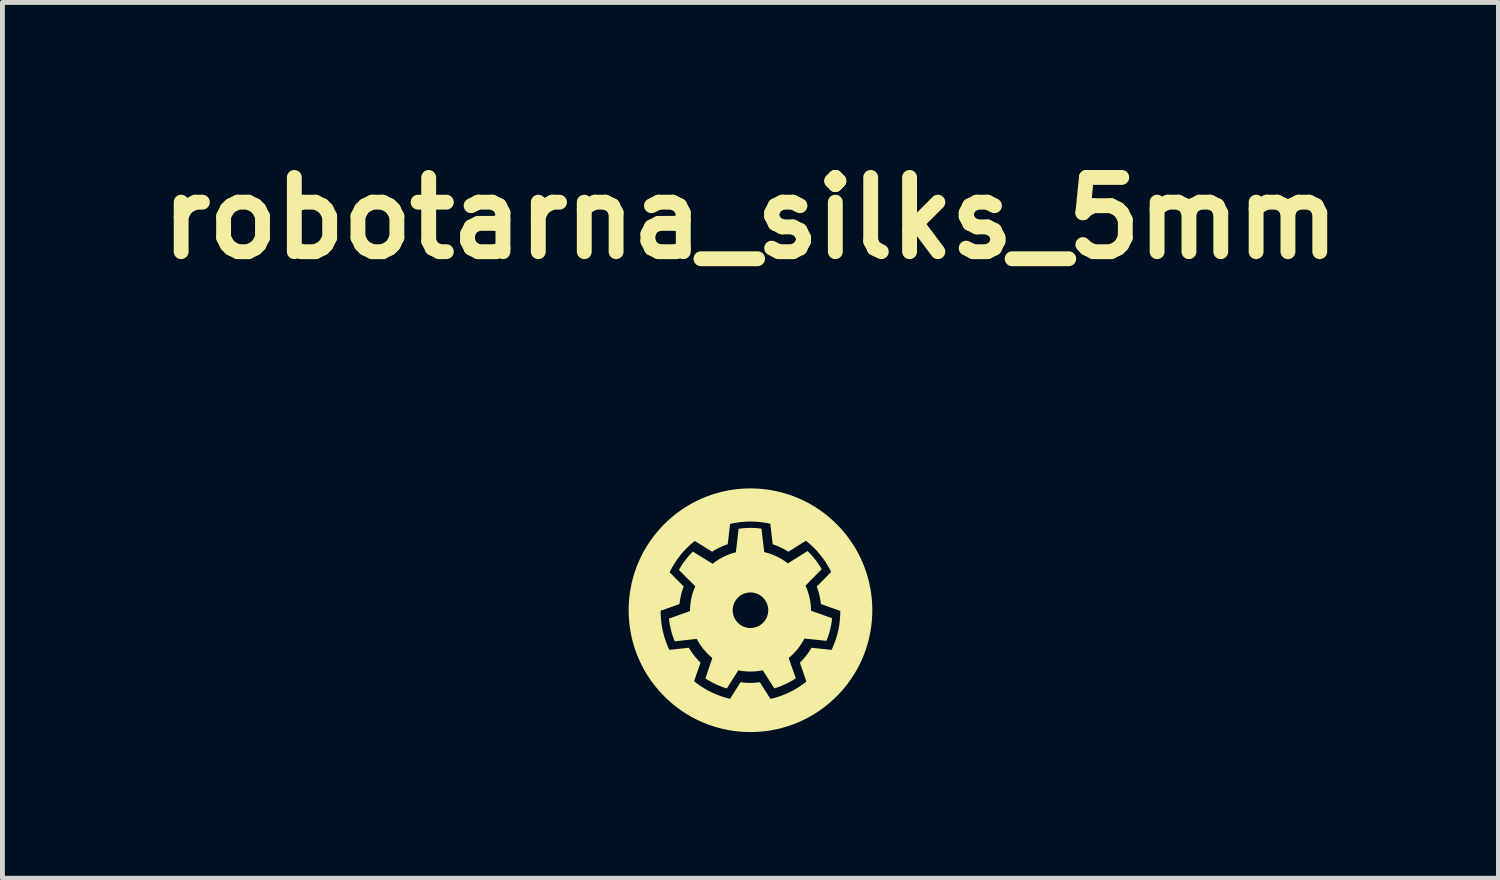
<source format=kicad_pcb>
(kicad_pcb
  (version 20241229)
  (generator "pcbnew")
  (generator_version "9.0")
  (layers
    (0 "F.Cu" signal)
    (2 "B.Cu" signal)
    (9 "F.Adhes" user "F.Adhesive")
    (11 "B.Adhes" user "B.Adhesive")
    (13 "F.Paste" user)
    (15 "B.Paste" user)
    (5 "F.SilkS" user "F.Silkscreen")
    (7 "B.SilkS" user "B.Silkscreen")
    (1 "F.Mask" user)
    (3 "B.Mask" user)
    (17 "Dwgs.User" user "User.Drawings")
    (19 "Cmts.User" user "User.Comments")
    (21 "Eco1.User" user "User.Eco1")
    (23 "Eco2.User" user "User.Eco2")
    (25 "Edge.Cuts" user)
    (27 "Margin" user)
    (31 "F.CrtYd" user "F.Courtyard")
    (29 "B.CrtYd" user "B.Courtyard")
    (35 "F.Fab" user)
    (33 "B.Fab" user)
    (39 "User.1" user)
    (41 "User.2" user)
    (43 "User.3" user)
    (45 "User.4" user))
  (footprint "robotarna_silks_5mm"
    (layer "F.Cu")
    (at 12.352 9.474)
    (property "Reference" "robotarna_silks_5mm" (at 0 -8.048 0) (layer "F.SilkS") (effects (font (size 1.524 1.524) (thickness 0.305))))
    (attr smd)
    (fp_poly (pts (xy -0.000004 0.365) (xy -1.653 0.307) (xy -1.648 0.333) (xy -1.642 0.36) (xy -1.636 0.386) (xy -1.63 0.412) (xy -1.623 0.438) (xy -1.616 0.463) (xy -1.608 0.489) (xy -1.6 0.514) (xy -1.592 0.539) (xy -1.583 0.564) (xy -1.574 0.589) (xy -1.564 0.614) (xy -1.554 0.638) (xy -1.102 0.588) (xy -1.089 0.612) (xy -1.076 0.635) (xy -1.063 0.658) (xy -1.048 0.681) (xy -1.034 0.704) (xy -1.019 0.726) (xy -1.003 0.748) (xy -0.987 0.769) (xy -0.971 0.79) (xy -0.954 0.811) (xy -0.936 0.831) (xy -0.918 0.851) (xy -0.9 0.871) (xy -0.882 0.89) (xy -0.863 0.909) (xy -0.843 0.927) (xy -0.823 0.945) (xy -0.803 0.963) (xy -0.783 0.98) (xy -0.925 1.399) (xy -0.903 1.413) (xy -0.88 1.428) (xy -0.857 1.441) (xy -0.834 1.455) (xy -0.81 1.468) (xy -0.786 1.481) (xy -0.762 1.494) (xy -0.738 1.506) (xy -0.714 1.517) (xy -0.689 1.529) (xy -0.664 1.54) (xy -0.639 1.55) (xy -0.614 1.56) (xy -0.588 1.57) (xy -0.563 1.579) (xy -0.537 1.588) (xy -0.511 1.597) (xy -0.485 1.605) (xy -0.25 1.233) (xy -0.223 1.238) (xy -0.196 1.243) (xy -0.169 1.247) (xy -0.141 1.25) (xy -0.114 1.253) (xy -0.086 1.255) (xy -0.058 1.257) (xy -0.029 1.258) (xy -0.001 1.258) (xy 0.025 1.258) (xy 0.051 1.257) (xy 0.077 1.256) (xy 0.102 1.254) (xy 0.128 1.252) (xy 0.153 1.249) (xy 0.178 1.246) (xy 0.203 1.242) (xy 0.228 1.237) (xy 0.253 1.233) (xy 0.49 1.604) (xy 0.517 1.596) (xy 0.543 1.587) (xy 0.568 1.578) (xy 0.594 1.569) (xy 0.619 1.559) (xy 0.645 1.549) (xy 0.669 1.538) (xy 0.694 1.527) (xy 0.719 1.516) (xy 0.743 1.504) (xy 0.767 1.492) (xy 0.791 1.479) (xy 0.815 1.466) (xy 0.838 1.453) (xy 0.862 1.44) (xy 0.885 1.426) (xy 0.907 1.411) (xy 0.93 1.397) (xy 0.784 0.98) (xy 0.805 0.962) (xy 0.826 0.945) (xy 0.846 0.926) (xy 0.865 0.908) (xy 0.885 0.889) (xy 0.904 0.869) (xy 0.922 0.849) (xy 0.94 0.829) (xy 0.958 0.808) (xy 0.975 0.787) (xy 0.991 0.765) (xy 1.007 0.744) (xy 1.023 0.721) (xy 1.038 0.699) (xy 1.053 0.676) (xy 1.067 0.653) (xy 1.081 0.629) (xy 1.094 0.605) (xy 1.107 0.581) (xy 1.56 0.628) (xy 1.569 0.604) (xy 1.579 0.579) (xy 1.588 0.554) (xy 1.596 0.53) (xy 1.605 0.504) (xy 1.612 0.479) (xy 1.62 0.454) (xy 1.627 0.428) (xy 1.634 0.402) (xy 1.64 0.376) (xy 1.646 0.35) (xy 1.651 0.324) (xy 1.656 0.297) (xy 1.661 0.271) (xy 1.665 0.244) (xy 1.669 0.217) (xy 1.672 0.19) (xy 1.675 0.163) (xy 1.243 0.011) (xy 1.242 -0.018) (xy 1.241 -0.046) (xy 1.239 -0.075) (xy 1.237 -0.103) (xy 1.234 -0.132) (xy 1.23 -0.16) (xy 1.226 -0.188) (xy 1.221 -0.215) (xy 1.216 -0.243) (xy 1.209 -0.27) (xy 1.203 -0.297) (xy 1.195 -0.324) (xy 1.188 -0.35) (xy 1.179 -0.377) (xy 1.17 -0.403) (xy 1.161 -0.429) (xy 1.151 -0.454) (xy 1.14 -0.479) (xy 1.129 -0.504) (xy 1.462 -0.843) (xy 1.448 -0.867) (xy 1.433 -0.891) (xy 1.418 -0.914) (xy 1.403 -0.938) (xy 1.387 -0.961) (xy 1.371 -0.983) (xy 1.355 -1.006) (xy 1.338 -1.028) (xy 1.321 -1.05) (xy 1.304 -1.072) (xy 1.286 -1.093) (xy 1.268 -1.114) (xy 1.249 -1.135) (xy 1.231 -1.155) (xy 1.211 -1.176) (xy 1.192 -1.195) (xy 1.172 -1.215) (xy 0.767 -0.961) (xy 0.746 -0.977) (xy 0.725 -0.993) (xy 0.703 -1.009) (xy 0.68 -1.024) (xy 0.658 -1.038) (xy 0.635 -1.052) (xy 0.612 -1.065) (xy 0.588 -1.078) (xy 0.564 -1.091) (xy 0.54 -1.103) (xy 0.516 -1.114) (xy 0.491 -1.125) (xy 0.466 -1.136) (xy 0.44 -1.146) (xy 0.415 -1.155) (xy 0.389 -1.164) (xy 0.363 -1.172) (xy 0.337 -1.18) (xy 0.31 -1.187) (xy 0.283 -1.194) (xy 0.225 -1.675) (xy 0.198 -1.678) (xy 0.17 -1.681) (xy 0.143 -1.684) (xy 0.115 -1.686) (xy 0.087 -1.688) (xy 0.059 -1.689) (xy 0.031 -1.69) (xy 0.003 -1.69) (xy -0.025 -1.69) (xy -0.053 -1.689) (xy -0.08 -1.688) (xy -0.108 -1.686) (xy -0.135 -1.684) (xy -0.163 -1.682) (xy -0.19 -1.679) (xy -0.217 -1.676) (xy -0.244 -1.672) (xy -0.299 -1.189) (xy -0.325 -1.183) (xy -0.351 -1.175) (xy -0.377 -1.167) (xy -0.403 -1.159) (xy -0.429 -1.15) (xy -0.454 -1.14) (xy -0.479 -1.13) (xy -0.504 -1.119) (xy -0.528 -1.108) (xy -0.552 -1.096) (xy -0.576 -1.084) (xy -0.6 -1.071) (xy -0.623 -1.058) (xy -0.646 -1.045) (xy -0.668 -1.03) (xy -0.691 -1.016) (xy -0.712 -1.001) (xy -0.734 -0.985) (xy -0.755 -0.969) (xy -0.776 -0.953) (xy -1.183 -1.204) (xy -1.202 -1.184) (xy -1.221 -1.164) (xy -1.24 -1.143) (xy -1.259 -1.123) (xy -1.277 -1.102) (xy -1.295 -1.08) (xy -1.313 -1.059) (xy -1.33 -1.037) (xy -1.347 -1.015) (xy -1.364 -0.992) (xy -1.38 -0.969) (xy -1.396 -0.946) (xy -1.411 -0.923) (xy -1.426 -0.899) (xy -1.441 -0.875) (xy -1.455 -0.851) (xy -1.469 -0.827) (xy -1.133 -0.491) (xy -1.144 -0.466) (xy -1.154 -0.441) (xy -1.164 -0.416) (xy -1.173 -0.391) (xy -1.182 -0.366) (xy -1.19 -0.34) (xy -1.197 -0.314) (xy -1.204 -0.287) (xy -1.21 -0.261) (xy -1.216 -0.234) (xy -1.221 -0.207) (xy -1.226 -0.18) (xy -1.23 -0.153) (xy -1.233 -0.125) (xy -1.236 -0.098) (xy -1.238 -0.07) (xy -1.24 -0.042) (xy -1.241 -0.014) (xy -1.241 0.015) (xy -1.241 0.017) (xy -1.673 0.172) (xy -1.67 0.199) (xy -1.666 0.226) (xy -1.662 0.253) (xy -1.658 0.28) (xy -1.653 0.307) (xy -0.000004 0.365) (xy -0.026 0.364) (xy -0.052 0.361) (xy -0.077 0.357) (xy -0.101 0.35) (xy -0.125 0.343) (xy -0.148 0.334) (xy -0.17 0.323) (xy -0.191 0.311) (xy -0.211 0.297) (xy -0.231 0.282) (xy -0.249 0.266) (xy -0.266 0.249) (xy -0.282 0.231) (xy -0.297 0.211) (xy -0.311 0.191) (xy -0.323 0.17) (xy -0.334 0.148) (xy -0.343 0.125) (xy -0.35 0.101) (xy -0.357 0.077) (xy -0.361 0.052) (xy -0.364 0.026) (xy -0.365 0.000008) (xy -0.364 -0.026) (xy -0.361 -0.052) (xy -0.357 -0.077) (xy -0.35 -0.101) (xy -0.343 -0.125) (xy -0.334 -0.148) (xy -0.323 -0.17) (xy -0.311 -0.191) (xy -0.297 -0.211) (xy -0.282 -0.231) (xy -0.266 -0.249) (xy -0.249 -0.266) (xy -0.231 -0.282) (xy -0.211 -0.297) (xy -0.191 -0.311) (xy -0.17 -0.323) (xy -0.148 -0.334) (xy -0.125 -0.343) (xy -0.101 -0.35) (xy -0.077 -0.357) (xy -0.052 -0.361) (xy -0.026 -0.364) (xy -0.000004 -0.365) (xy 0.026 -0.364) (xy 0.052 -0.361) (xy 0.077 -0.357) (xy 0.101 -0.35) (xy 0.125 -0.343) (xy 0.148 -0.334) (xy 0.17 -0.323) (xy 0.191 -0.311) (xy 0.211 -0.297) (xy 0.231 -0.282) (xy 0.249 -0.266) (xy 0.266 -0.249) (xy 0.282 -0.231) (xy 0.297 -0.211) (xy 0.311 -0.191) (xy 0.323 -0.17) (xy 0.334 -0.148) (xy 0.343 -0.125) (xy 0.35 -0.101) (xy 0.357 -0.077) (xy 0.361 -0.052) (xy 0.364 -0.026) (xy 0.365 0.000008) (xy 0.364 0.026) (xy 0.361 0.052) (xy 0.357 0.077) (xy 0.35 0.101) (xy 0.343 0.125) (xy 0.334 0.148) (xy 0.323 0.17) (xy 0.311 0.191) (xy 0.297 0.211) (xy 0.282 0.231) (xy 0.266 0.249) (xy 0.249 0.266) (xy 0.231 0.282) (xy 0.211 0.297) (xy 0.191 0.311) (xy 0.17 0.323) (xy 0.148 0.334) (xy 0.125 0.343) (xy 0.101 0.35) (xy 0.077 0.357) (xy 0.052 0.361) (xy 0.026 0.364) (xy -0.000004 0.365)) (stroke (width 0) (type solid)) (fill yes) (layer "F.SilkS"))
    (fp_poly (pts (xy 1.665 0.814) (xy 0.369 2.473) (xy 0.395 2.469) (xy 0.421 2.465) (xy 0.447 2.46) (xy 0.472 2.455) (xy 0.497 2.45) (xy 0.523 2.445) (xy 0.548 2.44) (xy 0.573 2.434) (xy 0.598 2.428) (xy 0.623 2.422) (xy 0.648 2.415) (xy 0.673 2.408) (xy 0.697 2.401) (xy 0.722 2.394) (xy 0.746 2.387) (xy 0.771 2.379) (xy 0.795 2.371) (xy 0.819 2.363) (xy 0.843 2.354) (xy 0.867 2.346) (xy 0.891 2.337) (xy 0.914 2.327) (xy 0.938 2.318) (xy 0.961 2.308) (xy 0.985 2.299) (xy 1.008 2.288) (xy 1.031 2.278) (xy 1.054 2.268) (xy 1.077 2.257) (xy 1.099 2.246) (xy 1.122 2.235) (xy 1.144 2.223) (xy 1.167 2.212) (xy 1.189 2.2) (xy 1.211 2.188) (xy 1.233 2.175) (xy 1.255 2.163) (xy 1.276 2.15) (xy 1.298 2.137) (xy 1.319 2.124) (xy 1.34 2.111) (xy 1.361 2.097) (xy 1.382 2.083) (xy 1.403 2.07) (xy 1.424 2.055) (xy 1.444 2.041) (xy 1.464 2.026) (xy 1.485 2.012) (xy 1.505 1.997) (xy 1.524 1.982) (xy 1.544 1.966) (xy 1.564 1.951) (xy 1.583 1.935) (xy 1.602 1.919) (xy 1.621 1.903) (xy 1.64 1.887) (xy 1.659 1.87) (xy 1.677 1.854) (xy 1.696 1.837) (xy 1.714 1.82) (xy 1.732 1.803) (xy 1.75 1.785) (xy 1.768 1.768) (xy 1.785 1.75) (xy 1.803 1.732) (xy 1.82 1.714) (xy 1.837 1.696) (xy 1.854 1.677) (xy 1.87 1.659) (xy 1.887 1.64) (xy 1.903 1.621) (xy 1.919 1.602) (xy 1.935 1.583) (xy 1.951 1.564) (xy 1.966 1.544) (xy 1.982 1.524) (xy 1.997 1.505) (xy 2.012 1.485) (xy 2.026 1.464) (xy 2.041 1.444) (xy 2.055 1.424) (xy 2.07 1.403) (xy 2.083 1.382) (xy 2.097 1.361) (xy 2.111 1.34) (xy 2.124 1.319) (xy 2.137 1.298) (xy 2.15 1.276) (xy 2.163 1.255) (xy 2.175 1.233) (xy 2.188 1.211) (xy 2.2 1.189) (xy 2.212 1.167) (xy 2.223 1.144) (xy 2.235 1.122) (xy 2.246 1.099) (xy 2.257 1.077) (xy 2.268 1.054) (xy 2.278 1.031) (xy 2.288 1.008) (xy 2.299 0.985) (xy 2.308 0.961) (xy 2.318 0.938) (xy 2.327 0.914) (xy 2.337 0.891) (xy 2.346 0.867) (xy 2.354 0.843) (xy 2.363 0.819) (xy 2.371 0.795) (xy 2.379 0.771) (xy 2.387 0.746) (xy 2.394 0.722) (xy 2.401 0.697) (xy 2.408 0.673) (xy 2.415 0.648) (xy 2.422 0.623) (xy 2.428 0.598) (xy 2.434 0.573) (xy 2.44 0.548) (xy 2.445 0.523) (xy 2.45 0.497) (xy 2.455 0.472) (xy 2.46 0.447) (xy 2.465 0.421) (xy 2.469 0.395) (xy 2.473 0.369) (xy 2.477 0.344) (xy 2.48 0.318) (xy 2.483 0.292) (xy 2.486 0.265) (xy 2.489 0.239) (xy 2.491 0.213) (xy 2.493 0.187) (xy 2.495 0.16) (xy 2.496 0.134) (xy 2.498 0.107) (xy 2.499 0.08) (xy 2.499 0.054) (xy 2.5 0.027) (xy 2.5 0.000007) (xy 2.5 -0.027) (xy 2.499 -0.054) (xy 2.499 -0.08) (xy 2.498 -0.107) (xy 2.496 -0.134) (xy 2.495 -0.16) (xy 2.493 -0.187) (xy 2.491 -0.213) (xy 2.489 -0.239) (xy 2.486 -0.265) (xy 2.483 -0.292) (xy 2.48 -0.318) (xy 2.477 -0.344) (xy 2.473 -0.369) (xy 2.469 -0.395) (xy 2.465 -0.421) (xy 2.46 -0.447) (xy 2.455 -0.472) (xy 2.45 -0.497) (xy 2.445 -0.523) (xy 2.44 -0.548) (xy 2.434 -0.573) (xy 2.428 -0.598) (xy 2.422 -0.623) (xy 2.415 -0.648) (xy 2.408 -0.673) (xy 2.401 -0.697) (xy 2.394 -0.722) (xy 2.387 -0.746) (xy 2.379 -0.771) (xy 2.371 -0.795) (xy 2.363 -0.819) (xy 2.354 -0.843) (xy 2.346 -0.867) (xy 2.337 -0.891) (xy 2.327 -0.914) (xy 2.318 -0.938) (xy 2.308 -0.961) (xy 2.299 -0.985) (xy 2.288 -1.008) (xy 2.278 -1.031) (xy 2.268 -1.054) (xy 2.257 -1.077) (xy 2.246 -1.099) (xy 2.235 -1.122) (xy 2.223 -1.144) (xy 2.212 -1.167) (xy 2.2 -1.189) (xy 2.188 -1.211) (xy 2.175 -1.233) (xy 2.163 -1.255) (xy 2.15 -1.276) (xy 2.137 -1.298) (xy 2.124 -1.319) (xy 2.111 -1.34) (xy 2.097 -1.361) (xy 2.083 -1.382) (xy 2.07 -1.403) (xy 2.055 -1.424) (xy 2.041 -1.444) (xy 2.026 -1.464) (xy 2.012 -1.485) (xy 1.997 -1.505) (xy 1.982 -1.524) (xy 1.966 -1.544) (xy 1.951 -1.564) (xy 1.935 -1.583) (xy 1.919 -1.602) (xy 1.903 -1.621) (xy 1.887 -1.64) (xy 1.87 -1.659) (xy 1.854 -1.677) (xy 1.837 -1.696) (xy 1.82 -1.714) (xy 1.803 -1.732) (xy 1.785 -1.75) (xy 1.768 -1.768) (xy 1.75 -1.785) (xy 1.732 -1.803) (xy 1.714 -1.82) (xy 1.696 -1.837) (xy 1.677 -1.854) (xy 1.659 -1.87) (xy 1.64 -1.887) (xy 1.621 -1.903) (xy 1.602 -1.919) (xy 1.583 -1.935) (xy 1.564 -1.951) (xy 1.544 -1.966) (xy 1.524 -1.982) (xy 1.505 -1.997) (xy 1.485 -2.012) (xy 1.464 -2.026) (xy 1.444 -2.041) (xy 1.424 -2.055) (xy 1.403 -2.07) (xy 1.382 -2.083) (xy 1.361 -2.097) (xy 1.34 -2.111) (xy 1.319 -2.124) (xy 1.298 -2.137) (xy 1.276 -2.15) (xy 1.255 -2.163) (xy 1.233 -2.175) (xy 1.211 -2.188) (xy 1.189 -2.2) (xy 1.167 -2.212) (xy 1.144 -2.223) (xy 1.122 -2.235) (xy 1.099 -2.246) (xy 1.077 -2.257) (xy 1.054 -2.268) (xy 1.031 -2.278) (xy 1.008 -2.288) (xy 0.985 -2.299) (xy 0.961 -2.308) (xy 0.938 -2.318) (xy 0.914 -2.327) (xy 0.891 -2.337) (xy 0.867 -2.346) (xy 0.843 -2.354) (xy 0.819 -2.363) (xy 0.795 -2.371) (xy 0.771 -2.379) (xy 0.746 -2.387) (xy 0.722 -2.394) (xy 0.697 -2.401) (xy 0.673 -2.408) (xy 0.648 -2.415) (xy 0.623 -2.422) (xy 0.598 -2.428) (xy 0.573 -2.434) (xy 0.548 -2.44) (xy 0.523 -2.445) (xy 0.497 -2.45) (xy 0.472 -2.455) (xy 0.447 -2.46) (xy 0.421 -2.465) (xy 0.395 -2.469) (xy 0.369 -2.473) (xy 0.344 -2.477) (xy 0.318 -2.48) (xy 0.292 -2.483) (xy 0.265 -2.486) (xy 0.239 -2.489) (xy 0.213 -2.491) (xy 0.187 -2.493) (xy 0.16 -2.495) (xy 0.134 -2.496) (xy 0.107 -2.498) (xy 0.08 -2.499) (xy 0.054 -2.499) (xy 0.027 -2.5) (xy -0.000007 -2.5) (xy -0.027 -2.5) (xy -0.054 -2.499) (xy -0.08 -2.499) (xy -0.107 -2.498) (xy -0.134 -2.496) (xy -0.16 -2.495) (xy -0.187 -2.493) (xy -0.213 -2.491) (xy -0.239 -2.489) (xy -0.265 -2.486) (xy -0.292 -2.483) (xy -0.318 -2.48) (xy -0.344 -2.477) (xy -0.369 -2.473) (xy -0.395 -2.469) (xy -0.421 -2.465) (xy -0.447 -2.46) (xy -0.472 -2.455) (xy -0.497 -2.45) (xy -0.523 -2.445) (xy -0.548 -2.44) (xy -0.573 -2.434) (xy -0.598 -2.428) (xy -0.623 -2.422) (xy -0.648 -2.415) (xy -0.673 -2.408) (xy -0.697 -2.401) (xy -0.722 -2.394) (xy -0.746 -2.387) (xy -0.771 -2.379) (xy -0.795 -2.371) (xy -0.819 -2.363) (xy -0.843 -2.354) (xy -0.867 -2.346) (xy -0.891 -2.337) (xy -0.914 -2.327) (xy -0.938 -2.318) (xy -0.961 -2.308) (xy -0.985 -2.299) (xy -1.008 -2.288) (xy -1.031 -2.278) (xy -1.054 -2.268) (xy -1.077 -2.257) (xy -1.099 -2.246) (xy -1.122 -2.235) (xy -1.144 -2.223) (xy -1.167 -2.212) (xy -1.189 -2.2) (xy -1.211 -2.188) (xy -1.233 -2.175) (xy -1.255 -2.163) (xy -1.276 -2.15) (xy -1.298 -2.137) (xy -1.319 -2.124) (xy -1.34 -2.111) (xy -1.361 -2.097) (xy -1.382 -2.083) (xy -1.403 -2.07) (xy -1.424 -2.055) (xy -1.444 -2.041) (xy -1.464 -2.026) (xy -1.485 -2.012) (xy -1.505 -1.997) (xy -1.524 -1.982) (xy -1.544 -1.966) (xy -1.564 -1.951) (xy -1.583 -1.935) (xy -1.602 -1.919) (xy -1.621 -1.903) (xy -1.64 -1.887) (xy -1.659 -1.87) (xy -1.677 -1.854) (xy -1.696 -1.837) (xy -1.714 -1.82) (xy -1.732 -1.803) (xy -1.75 -1.785) (xy -1.768 -1.768) (xy -1.785 -1.75) (xy -1.803 -1.732) (xy -1.82 -1.714) (xy -1.837 -1.696) (xy -1.854 -1.677) (xy -1.87 -1.659) (xy -1.887 -1.64) (xy -1.903 -1.621) (xy -1.919 -1.602) (xy -1.935 -1.583) (xy -1.951 -1.564) (xy -1.966 -1.544) (xy -1.982 -1.524) (xy -1.997 -1.505) (xy -2.012 -1.485) (xy -2.026 -1.464) (xy -2.041 -1.444) (xy -2.055 -1.424) (xy -2.07 -1.403) (xy -2.083 -1.382) (xy -2.097 -1.361) (xy -2.111 -1.34) (xy -2.124 -1.319) (xy -2.137 -1.298) (xy -2.15 -1.276) (xy -2.163 -1.255) (xy -2.175 -1.233) (xy -2.188 -1.211) (xy -2.2 -1.189) (xy -2.212 -1.167) (xy -2.223 -1.144) (xy -2.235 -1.122) (xy -2.246 -1.099) (xy -2.257 -1.077) (xy -2.268 -1.054) (xy -2.278 -1.031) (xy -2.288 -1.008) (xy -2.299 -0.985) (xy -2.308 -0.961) (xy -2.318 -0.938) (xy -2.327 -0.914) (xy -2.337 -0.891) (xy -2.346 -0.867) (xy -2.354 -0.843) (xy -2.363 -0.819) (xy -2.371 -0.795) (xy -2.379 -0.771) (xy -2.387 -0.746) (xy -2.394 -0.722) (xy -2.401 -0.697) (xy -2.408 -0.673) (xy -2.415 -0.648) (xy -2.422 -0.623) (xy -2.428 -0.598) (xy -2.434 -0.573) (xy -2.44 -0.548) (xy -2.445 -0.523) (xy -2.45 -0.497) (xy -2.455 -0.472) (xy -2.46 -0.447) (xy -2.465 -0.421) (xy -2.469 -0.395) (xy -2.473 -0.369) (xy -2.477 -0.344) (xy -2.48 -0.318) (xy -2.483 -0.292) (xy -2.486 -0.265) (xy -2.489 -0.239) (xy -2.491 -0.213) (xy -2.493 -0.187) (xy -2.495 -0.16) (xy -2.496 -0.134) (xy -2.498 -0.107) (xy -2.499 -0.08) (xy -2.499 -0.054) (xy -2.5 -0.027) (xy -2.5 0.000007) (xy -2.5 0.027) (xy -2.499 0.054) (xy -2.499 0.08) (xy -2.498 0.107) (xy -2.496 0.134) (xy -2.495 0.16) (xy -2.493 0.187) (xy -2.491 0.213) (xy -2.489 0.239) (xy -2.486 0.265) (xy -2.483 0.292) (xy -2.48 0.318) (xy -2.477 0.344) (xy -2.473 0.369) (xy -2.469 0.395) (xy -2.465 0.421) (xy -2.46 0.447) (xy -2.455 0.472) (xy -2.45 0.497) (xy -2.445 0.523) (xy -2.44 0.548) (xy -2.434 0.573) (xy -2.428 0.598) (xy -2.422 0.623) (xy -2.415 0.648) (xy -2.408 0.673) (xy -2.401 0.697) (xy -2.394 0.722) (xy -2.387 0.746) (xy -2.379 0.771) (xy -2.371 0.795) (xy -2.363 0.819) (xy -2.354 0.843) (xy -2.346 0.867) (xy -2.337 0.891) (xy -2.327 0.914) (xy -2.318 0.938) (xy -2.308 0.961) (xy -2.299 0.985) (xy -2.288 1.008) (xy -2.278 1.031) (xy -2.268 1.054) (xy -2.257 1.077) (xy -2.246 1.099) (xy -2.235 1.122) (xy -2.223 1.144) (xy -2.212 1.167) (xy -2.2 1.189) (xy -2.188 1.211) (xy -2.175 1.233) (xy -2.163 1.255) (xy -2.15 1.276) (xy -2.137 1.298) (xy -2.124 1.319) (xy -2.111 1.34) (xy -2.097 1.361) (xy -2.083 1.382) (xy -2.07 1.403) (xy -2.055 1.424) (xy -2.041 1.444) (xy -2.026 1.464) (xy -2.012 1.485) (xy -1.997 1.505) (xy -1.982 1.524) (xy -1.966 1.544) (xy -1.951 1.564) (xy -1.935 1.583) (xy -1.919 1.602) (xy -1.903 1.621) (xy -1.887 1.64) (xy -1.87 1.659) (xy -1.854 1.677) (xy -1.837 1.696) (xy -1.82 1.714) (xy -1.803 1.732) (xy -1.785 1.75) (xy -1.768 1.768) (xy -1.75 1.785) (xy -1.732 1.803) (xy -1.714 1.82) (xy -1.696 1.837) (xy -1.677 1.854) (xy -1.659 1.87) (xy -1.64 1.887) (xy -1.621 1.903) (xy -1.602 1.919) (xy -1.583 1.935) (xy -1.564 1.951) (xy -1.544 1.966) (xy -1.524 1.982) (xy -1.505 1.997) (xy -1.485 2.012) (xy -1.464 2.026) (xy -1.444 2.041) (xy -1.424 2.055) (xy -1.403 2.07) (xy -1.382 2.083) (xy -1.361 2.097) (xy -1.34 2.111) (xy -1.319 2.124) (xy -1.298 2.137) (xy -1.276 2.15) (xy -1.255 2.163) (xy -1.233 2.175) (xy -1.211 2.188) (xy -1.189 2.2) (xy -1.167 2.212) (xy -1.144 2.223) (xy -1.122 2.235) (xy -1.099 2.246) (xy -1.077 2.257) (xy -1.054 2.268) (xy -1.031 2.278) (xy -1.008 2.288) (xy -0.985 2.299) (xy -0.961 2.308) (xy -0.938 2.318) (xy -0.914 2.327) (xy -0.891 2.337) (xy -0.867 2.346) (xy -0.843 2.354) (xy -0.819 2.363) (xy -0.795 2.371) (xy -0.771 2.379) (xy -0.746 2.387) (xy -0.722 2.394) (xy -0.697 2.401) (xy -0.673 2.408) (xy -0.648 2.415) (xy -0.623 2.422) (xy -0.598 2.428) (xy -0.573 2.434) (xy -0.548 2.44) (xy -0.523 2.445) (xy -0.497 2.45) (xy -0.472 2.455) (xy -0.447 2.46) (xy -0.421 2.465) (xy -0.395 2.469) (xy -0.369 2.473) (xy -0.344 2.477) (xy -0.318 2.48) (xy -0.292 2.483) (xy -0.265 2.486) (xy -0.239 2.489) (xy -0.213 2.491) (xy -0.187 2.493) (xy -0.16 2.495) (xy -0.134 2.496) (xy -0.107 2.498) (xy -0.08 2.499) (xy -0.054 2.499) (xy -0.027 2.5) (xy -0.000007 2.5) (xy 0.027 2.5) (xy 0.054 2.499) (xy 0.08 2.499) (xy 0.107 2.498) (xy 0.134 2.496) (xy 0.16 2.495) (xy 0.187 2.493) (xy 0.213 2.491) (xy 0.239 2.489) (xy 0.265 2.486) (xy 0.292 2.483) (xy 0.318 2.48) (xy 0.344 2.477) (xy 0.369 2.473) (xy 1.665 0.814) (xy 1.254 0.77) (xy 1.239 0.794) (xy 1.224 0.817) (xy 1.209 0.841) (xy 1.193 0.864) (xy 1.177 0.886) (xy 1.161 0.909) (xy 1.144 0.931) (xy 1.127 0.952) (xy 1.109 0.974) (xy 1.091 0.995) (xy 1.072 1.015) (xy 1.053 1.036) (xy 1.034 1.056) (xy 1.014 1.075) (xy 1.148 1.464) (xy 1.127 1.481) (xy 1.105 1.497) (xy 1.083 1.514) (xy 1.061 1.53) (xy 1.039 1.545) (xy 1.016 1.56) (xy 0.993 1.575) (xy 0.97 1.59) (xy 0.947 1.604) (xy 0.923 1.618) (xy 0.9 1.631) (xy 0.876 1.645) (xy 0.851 1.658) (xy 0.827 1.67) (xy 0.802 1.682) (xy 0.778 1.694) (xy 0.753 1.705) (xy 0.727 1.717) (xy 0.702 1.727) (xy 0.676 1.738) (xy 0.65 1.748) (xy 0.624 1.757) (xy 0.598 1.766) (xy 0.572 1.775) (xy 0.545 1.784) (xy 0.519 1.792) (xy 0.492 1.799) (xy 0.465 1.807) (xy 0.438 1.813) (xy 0.41 1.82) (xy 0.193 1.477) (xy 0.168 1.48) (xy 0.144 1.483) (xy 0.119 1.485) (xy 0.095 1.487) (xy 0.07 1.489) (xy 0.045 1.49) (xy 0.02 1.49) (xy -0.005 1.491) (xy -0.03 1.49) (xy -0.056 1.49) (xy -0.08 1.489) (xy -0.105 1.487) (xy -0.13 1.485) (xy -0.155 1.483) (xy -0.179 1.48) (xy -0.203 1.477) (xy -0.42 1.818) (xy -0.447 1.811) (xy -0.474 1.804) (xy -0.501 1.797) (xy -0.528 1.789) (xy -0.555 1.781) (xy -0.581 1.772) (xy -0.608 1.763) (xy -0.634 1.754) (xy -0.66 1.744) (xy -0.685 1.734) (xy -0.711 1.723) (xy -0.736 1.713) (xy -0.762 1.701) (xy -0.787 1.69) (xy -0.811 1.678) (xy -0.836 1.666) (xy -0.86 1.653) (xy -0.885 1.64) (xy -0.909 1.626) (xy -0.932 1.613) (xy -0.956 1.599) (xy -0.979 1.584) (xy -1.002 1.57) (xy -1.025 1.555) (xy -1.048 1.539) (xy -1.07 1.523) (xy -1.092 1.507) (xy -1.114 1.491) (xy -1.135 1.474) (xy -1.157 1.457) (xy -1.025 1.075) (xy -1.045 1.056) (xy -1.064 1.036) (xy -1.083 1.015) (xy -1.101 0.995) (xy -1.119 0.974) (xy -1.137 0.952) (xy -1.155 0.931) (xy -1.172 0.909) (xy -1.188 0.886) (xy -1.204 0.864) (xy -1.22 0.841) (xy -1.235 0.817) (xy -1.25 0.794) (xy -1.264 0.77) (xy -1.665 0.813) (xy -1.676 0.789) (xy -1.687 0.765) (xy -1.698 0.74) (xy -1.708 0.716) (xy -1.718 0.691) (xy -1.727 0.666) (xy -1.736 0.641) (xy -1.745 0.616) (xy -1.754 0.59) (xy -1.762 0.565) (xy -1.77 0.539) (xy -1.777 0.513) (xy -1.784 0.487) (xy -1.79 0.461) (xy -1.797 0.434) (xy -1.803 0.408) (xy -1.808 0.381) (xy -1.813 0.354) (xy -1.818 0.327) (xy -1.822 0.3) (xy -1.826 0.273) (xy -1.829 0.246) (xy -1.833 0.218) (xy -1.835 0.191) (xy -1.838 0.163) (xy -1.839 0.135) (xy -1.841 0.107) (xy -1.842 0.079) (xy -1.843 0.051) (xy -1.843 0.023) (xy -1.843 0.01) (xy -1.456 -0.127) (xy -1.453 -0.154) (xy -1.45 -0.181) (xy -1.446 -0.207) (xy -1.441 -0.234) (xy -1.436 -0.26) (xy -1.43 -0.286) (xy -1.425 -0.312) (xy -1.418 -0.337) (xy -1.411 -0.363) (xy -1.404 -0.388) (xy -1.396 -0.413) (xy -1.388 -0.438) (xy -1.379 -0.463) (xy -1.37 -0.487) (xy -1.659 -0.779) (xy -1.647 -0.804) (xy -1.634 -0.829) (xy -1.621 -0.854) (xy -1.608 -0.878) (xy -1.594 -0.902) (xy -1.58 -0.926) (xy -1.565 -0.95) (xy -1.55 -0.973) (xy -1.535 -0.997) (xy -1.52 -1.02) (xy -1.504 -1.042) (xy -1.488 -1.065) (xy -1.471 -1.087) (xy -1.454 -1.109) (xy -1.437 -1.131) (xy -1.42 -1.152) (xy -1.402 -1.173) (xy -1.384 -1.194) (xy -1.365 -1.215) (xy -1.346 -1.235) (xy -1.327 -1.255) (xy -1.308 -1.275) (xy -1.288 -1.294) (xy -1.269 -1.314) (xy -1.248 -1.332) (xy -1.228 -1.351) (xy -1.207 -1.369) (xy -1.186 -1.387) (xy -1.165 -1.405) (xy -1.143 -1.422) (xy -0.788 -1.201) (xy -0.765 -1.216) (xy -0.742 -1.23) (xy -0.718 -1.243) (xy -0.694 -1.257) (xy -0.67 -1.269) (xy -0.645 -1.281) (xy -0.62 -1.293) (xy -0.595 -1.305) (xy -0.57 -1.316) (xy -0.545 -1.326) (xy -0.519 -1.336) (xy -0.493 -1.345) (xy -0.467 -1.354) (xy -0.418 -1.772) (xy -0.391 -1.778) (xy -0.364 -1.784) (xy -0.337 -1.789) (xy -0.309 -1.794) (xy -0.282 -1.798) (xy -0.254 -1.802) (xy -0.226 -1.806) (xy -0.198 -1.809) (xy -0.17 -1.812) (xy -0.142 -1.814) (xy -0.114 -1.816) (xy -0.086 -1.818) (xy -0.057 -1.819) (xy -0.029 -1.82) (xy -0.000007 -1.82) (xy 0.028 -1.82) (xy 0.056 -1.819) (xy 0.083 -1.818) (xy 0.111 -1.817) (xy 0.138 -1.815) (xy 0.166 -1.812) (xy 0.193 -1.81) (xy 0.22 -1.807) (xy 0.247 -1.803) (xy 0.274 -1.799) (xy 0.301 -1.795) (xy 0.328 -1.791) (xy 0.354 -1.786) (xy 0.381 -1.78) (xy 0.407 -1.775) (xy 0.456 -1.354) (xy 0.482 -1.345) (xy 0.508 -1.336) (xy 0.534 -1.326) (xy 0.559 -1.316) (xy 0.585 -1.305) (xy 0.61 -1.293) (xy 0.635 -1.281) (xy 0.659 -1.269) (xy 0.683 -1.257) (xy 0.707 -1.243) (xy 0.731 -1.23) (xy 0.754 -1.216) (xy 0.777 -1.201) (xy 1.139 -1.426) (xy 1.16 -1.409) (xy 1.181 -1.391) (xy 1.203 -1.373) (xy 1.223 -1.355) (xy 1.244 -1.337) (xy 1.264 -1.318) (xy 1.284 -1.299) (xy 1.304 -1.28) (xy 1.323 -1.26) (xy 1.342 -1.24) (xy 1.361 -1.22) (xy 1.379 -1.199) (xy 1.397 -1.178) (xy 1.415 -1.157) (xy 1.433 -1.136) (xy 1.45 -1.115) (xy 1.467 -1.093) (xy 1.483 -1.071) (xy 1.5 -1.048) (xy 1.515 -1.026) (xy 1.531 -1.003) (xy 1.546 -0.98) (xy 1.561 -0.956) (xy 1.576 -0.933) (xy 1.59 -0.909) (xy 1.604 -0.885) (xy 1.617 -0.861) (xy 1.631 -0.836) (xy 1.643 -0.811) (xy 1.656 -0.786) (xy 1.36 -0.487) (xy 1.369 -0.463) (xy 1.377 -0.438) (xy 1.385 -0.413) (xy 1.393 -0.388) (xy 1.401 -0.363) (xy 1.407 -0.337) (xy 1.414 -0.312) (xy 1.42 -0.286) (xy 1.425 -0.26) (xy 1.43 -0.234) (xy 1.435 -0.207) (xy 1.439 -0.181) (xy 1.443 -0.154) (xy 1.446 -0.127) (xy 1.843 0.014) (xy 1.843 0.023) (xy 1.843 0.051) (xy 1.842 0.079) (xy 1.841 0.107) (xy 1.839 0.135) (xy 1.838 0.163) (xy 1.835 0.191) (xy 1.832 0.219) (xy 1.829 0.246) (xy 1.826 0.273) (xy 1.822 0.301) (xy 1.818 0.328) (xy 1.813 0.355) (xy 1.808 0.382) (xy 1.802 0.408) (xy 1.797 0.435) (xy 1.79 0.461) (xy 1.784 0.488) (xy 1.777 0.514) (xy 1.769 0.54) (xy 1.762 0.565) (xy 1.753 0.591) (xy 1.745 0.617) (xy 1.736 0.642) (xy 1.727 0.667) (xy 1.717 0.692) (xy 1.708 0.717) (xy 1.697 0.741) (xy 1.687 0.766) (xy 1.676 0.79) (xy 1.665 0.814)) (stroke (width 0) (type solid)) (fill yes) (layer "F.SilkS")))
  (gr_rect
    (start -3 -3)
    (end 27.703 14.974)
    (stroke (width 0.1) (type default))
    (fill no)
    (layer "Edge.Cuts")))
</source>
